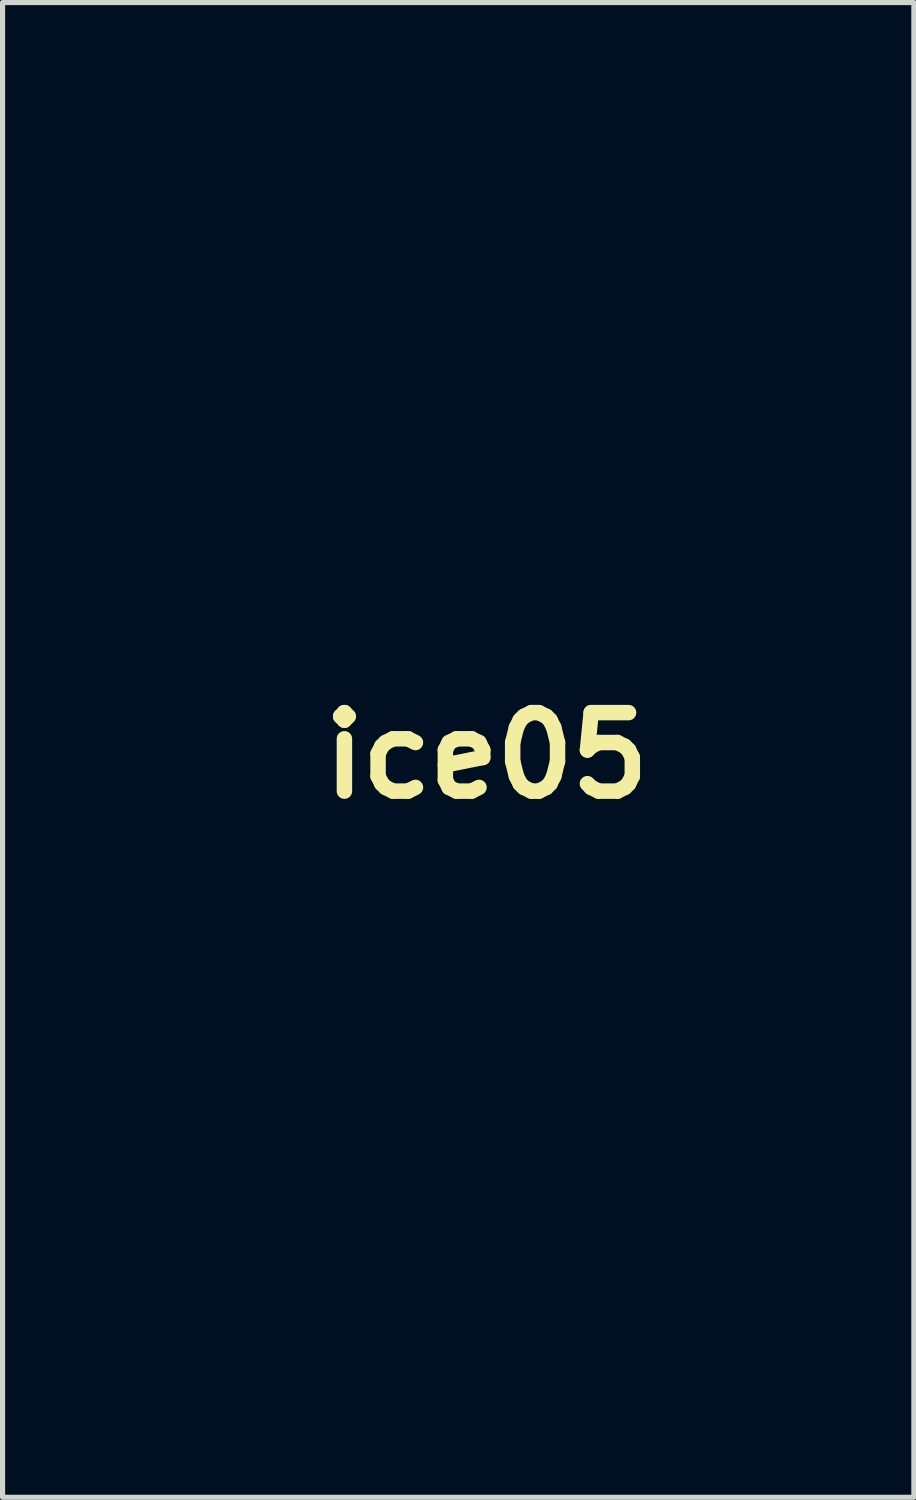
<source format=kicad_pcb>
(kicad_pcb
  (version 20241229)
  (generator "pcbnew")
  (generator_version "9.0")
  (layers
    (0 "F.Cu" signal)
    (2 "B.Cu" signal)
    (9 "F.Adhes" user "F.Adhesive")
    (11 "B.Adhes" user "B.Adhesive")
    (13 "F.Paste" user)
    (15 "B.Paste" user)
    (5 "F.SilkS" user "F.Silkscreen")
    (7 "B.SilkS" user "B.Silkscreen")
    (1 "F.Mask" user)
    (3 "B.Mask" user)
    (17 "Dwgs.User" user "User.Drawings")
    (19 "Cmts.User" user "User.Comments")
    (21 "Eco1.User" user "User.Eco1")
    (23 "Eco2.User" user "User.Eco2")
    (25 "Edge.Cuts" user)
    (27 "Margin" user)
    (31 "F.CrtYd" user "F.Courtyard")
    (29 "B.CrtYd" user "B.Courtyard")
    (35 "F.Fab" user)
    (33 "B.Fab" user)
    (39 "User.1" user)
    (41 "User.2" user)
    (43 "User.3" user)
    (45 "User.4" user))
  (footprint "ice05"
    (layer "F.Cu")
    (at 6.393 11.617)
    (property "Reference" "ice05" (at 0 0 0) (layer "F.SilkS") (effects (font (size 1.524 1.524) (thickness 0.3))))
    (attr through_hole)
    (fp_poly (pts (xy -1.765 11.297) (xy -1.772 11.303) (xy -1.778 11.297) (xy -1.772 11.29) (xy -1.765 11.297)) (stroke (width 0.01) (type solid)) (fill yes) (layer "F.Mask"))
    (fp_poly (pts (xy -1.664 11.386) (xy -1.67 11.392) (xy -1.676 11.386) (xy -1.67 11.379) (xy -1.664 11.386)) (stroke (width 0.01) (type solid)) (fill yes) (layer "F.Mask"))
    (fp_poly (pts (xy 1.003 10.37) (xy 0.997 10.376) (xy 0.991 10.37) (xy 0.997 10.363) (xy 1.003 10.37)) (stroke (width 0.01) (type solid)) (fill yes) (layer "F.Mask"))
    (fp_poly (pts (xy 1.435 7.512) (xy 1.429 7.518) (xy 1.422 7.512) (xy 1.429 7.506) (xy 1.435 7.512)) (stroke (width 0.01) (type solid)) (fill yes) (layer "F.Mask"))
    (fp_poly (pts (xy 2.705 3.981) (xy 2.699 3.988) (xy 2.692 3.981) (xy 2.699 3.975) (xy 2.705 3.981)) (stroke (width 0.01) (type solid)) (fill yes) (layer "F.Mask"))
    (fp_poly (pts (xy 2.718 3.956) (xy 2.711 3.962) (xy 2.705 3.956) (xy 2.711 3.95) (xy 2.718 3.956)) (stroke (width 0.01) (type solid)) (fill yes) (layer "F.Mask"))
    (fp_poly (pts (xy 2.731 3.931) (xy 2.724 3.937) (xy 2.718 3.931) (xy 2.724 3.924) (xy 2.731 3.931)) (stroke (width 0.01) (type solid)) (fill yes) (layer "F.Mask"))
    (fp_poly (pts (xy -1.414 6.684) (xy -1.412 6.7) (xy -1.414 6.701) (xy -1.421 6.7) (xy -1.422 6.693) (xy -1.418 6.682) (xy -1.414 6.684)) (stroke (width 0.01) (type solid)) (fill yes) (layer "F.Mask"))
    (fp_poly (pts (xy -1.704 11.359) (xy -1.69 11.372) (xy -1.693 11.379) (xy -1.695 11.379) (xy -1.705 11.37) (xy -1.709 11.365) (xy -1.711 11.356) (xy -1.704 11.359)) (stroke (width 0.01) (type solid)) (fill yes) (layer "F.Mask"))
    (fp_poly (pts (xy -2.276 9.491) (xy -2.269 9.493) (xy -2.283 9.495) (xy -2.311 9.496) (xy -2.343 9.495) (xy -2.355 9.493) (xy -2.346 9.491) (xy -2.305 9.488) (xy -2.276 9.491)) (stroke (width 0.01) (type solid)) (fill yes) (layer "F.Mask"))
    (fp_poly (pts (xy -2.245 2.243) (xy -2.242 2.264) (xy -2.255 2.287) (xy -2.28 2.308) (xy -2.296 2.307) (xy -2.302 2.296) (xy -2.301 2.27) (xy -2.287 2.246) (xy -2.267 2.235) (xy -2.245 2.243)) (stroke (width 0.01) (type solid)) (fill yes) (layer "F.Mask"))
    (fp_poly (pts (xy -1.212 -5.811) (xy -1.207 -5.794) (xy -1.221 -5.77) (xy -1.23 -5.761) (xy -1.255 -5.743) (xy -1.267 -5.746) (xy -1.268 -5.772) (xy -1.268 -5.775) (xy -1.257 -5.804) (xy -1.235 -5.814) (xy -1.212 -5.811)) (stroke (width 0.01) (type solid)) (fill yes) (layer "F.Mask"))
    (fp_poly (pts (xy 5.257 8.831) (xy 5.268 8.833) (xy 5.291 8.84) (xy 5.29 8.846) (xy 5.277 8.852) (xy 5.23 8.863) (xy 5.196 8.853) (xy 5.19 8.842) (xy 5.202 8.834) (xy 5.227 8.829) (xy 5.257 8.831)) (stroke (width 0.01) (type solid)) (fill yes) (layer "F.Mask"))
    (fp_poly (pts (xy -4.903 -11.152) (xy -4.901 -11.149) (xy -4.891 -11.121) (xy -4.891 -11.091) (xy -4.899 -11.07) (xy -4.901 -11.069) (xy -4.914 -11.073) (xy -4.921 -11.087) (xy -4.925 -11.114) (xy -4.922 -11.138) (xy -4.914 -11.154) (xy -4.903 -11.152)) (stroke (width 0.01) (type solid)) (fill yes) (layer "F.Mask"))
    (fp_poly (pts (xy -2.678 1.153) (xy -2.668 1.179) (xy -2.667 1.2) (xy -2.672 1.249) (xy -2.685 1.277) (xy -2.705 1.283) (xy -2.728 1.267) (xy -2.742 1.237) (xy -2.737 1.199) (xy -2.72 1.168) (xy -2.696 1.148) (xy -2.678 1.153)) (stroke (width 0.01) (type solid)) (fill yes) (layer "F.Mask"))
    (fp_poly (pts (xy 2.121 -7.393) (xy 2.142 -7.375) (xy 2.163 -7.35) (xy 2.176 -7.327) (xy 2.177 -7.314) (xy 2.158 -7.303) (xy 2.134 -7.309) (xy 2.124 -7.318) (xy 2.108 -7.346) (xy 2.101 -7.375) (xy 2.104 -7.395) (xy 2.107 -7.397) (xy 2.121 -7.393)) (stroke (width 0.01) (type solid)) (fill yes) (layer "F.Mask"))
    (fp_poly (pts (xy -4.337 9.967) (xy -4.33 9.992) (xy -4.336 10.026) (xy -4.35 10.056) (xy -4.373 10.08) (xy -4.391 10.081) (xy -4.398 10.075) (xy -4.406 10.053) (xy -4.405 10.02) (xy -4.396 9.987) (xy -4.394 9.981) (xy -4.373 9.961) (xy -4.356 9.957) (xy -4.337 9.967)) (stroke (width 0.01) (type solid)) (fill yes) (layer "F.Mask"))
    (fp_poly (pts (xy 1.864 -7.836) (xy 1.874 -7.83) (xy 1.9 -7.805) (xy 1.903 -7.774) (xy 1.89 -7.743) (xy 1.864 -7.708) (xy 1.837 -7.697) (xy 1.809 -7.711) (xy 1.796 -7.728) (xy 1.782 -7.766) (xy 1.786 -7.8) (xy 1.803 -7.827) (xy 1.831 -7.841) (xy 1.864 -7.836)) (stroke (width 0.01) (type solid)) (fill yes) (layer "F.Mask"))
    (fp_poly (pts (xy 2.484 -5.457) (xy 2.517 -5.45) (xy 2.521 -5.448) (xy 2.524 -5.443) (xy 2.503 -5.439) (xy 2.456 -5.437) (xy 2.445 -5.437) (xy 2.393 -5.438) (xy 2.367 -5.442) (xy 2.366 -5.447) (xy 2.369 -5.448) (xy 2.398 -5.455) (xy 2.437 -5.459) (xy 2.445 -5.459) (xy 2.484 -5.457)) (stroke (width 0.01) (type solid)) (fill yes) (layer "F.Mask"))
    (fp_poly (pts (xy -1.37 10.828) (xy -1.361 10.857) (xy -1.365 10.897) (xy -1.378 10.941) (xy -1.399 10.979) (xy -1.424 11.004) (xy -1.432 11.008) (xy -1.448 11.002) (xy -1.46 10.987) (xy -1.47 10.95) (xy -1.469 10.911) (xy -1.458 10.872) (xy -1.44 10.84) (xy -1.417 10.819) (xy -1.393 10.814) (xy -1.37 10.828)) (stroke (width 0.01) (type solid)) (fill yes) (layer "F.Mask"))
    (fp_poly (pts (xy -0.629 -5.889) (xy -0.61 -5.881) (xy -0.599 -5.867) (xy -0.603 -5.846) (xy -0.607 -5.837) (xy -0.624 -5.813) (xy -0.652 -5.804) (xy -0.665 -5.804) (xy -0.705 -5.811) (xy -0.738 -5.828) (xy -0.758 -5.847) (xy -0.759 -5.861) (xy -0.749 -5.872) (xy -0.717 -5.889) (xy -0.673 -5.895) (xy -0.629 -5.889)) (stroke (width 0.01) (type solid)) (fill yes) (layer "F.Mask"))
    (fp_poly (pts (xy 2.873 -1.209) (xy 2.883 -1.183) (xy 2.884 -1.144) (xy 2.877 -1.1) (xy 2.864 -1.067) (xy 2.84 -1.037) (xy 2.813 -1.029) (xy 2.79 -1.033) (xy 2.782 -1.05) (xy 2.781 -1.067) (xy 2.787 -1.111) (xy 2.801 -1.152) (xy 2.821 -1.187) (xy 2.843 -1.209) (xy 2.864 -1.214) (xy 2.873 -1.209)) (stroke (width 0.01) (type solid)) (fill yes) (layer "F.Mask"))
    (fp_poly (pts (xy 3.25 -5.072) (xy 3.251 -5.069) (xy 3.24 -5.05) (xy 3.212 -5.031) (xy 3.175 -5.017) (xy 3.137 -5.009) (xy 3.107 -5.012) (xy 3.102 -5.014) (xy 3.094 -5.026) (xy 3.107 -5.044) (xy 3.111 -5.048) (xy 3.135 -5.061) (xy 3.169 -5.072) (xy 3.205 -5.078) (xy 3.234 -5.079) (xy 3.25 -5.072)) (stroke (width 0.01) (type solid)) (fill yes) (layer "F.Mask"))
    (fp_poly (pts (xy -5.773 -11.405) (xy -5.761 -11.384) (xy -5.762 -11.372) (xy -5.777 -11.359) (xy -5.809 -11.344) (xy -5.85 -11.33) (xy -5.891 -11.319) (xy -5.922 -11.316) (xy -5.939 -11.317) (xy -5.938 -11.326) (xy -5.925 -11.341) (xy -5.9 -11.362) (xy -5.863 -11.384) (xy -5.846 -11.393) (xy -5.809 -11.409) (xy -5.786 -11.411) (xy -5.773 -11.405)) (stroke (width 0.01) (type solid)) (fill yes) (layer "F.Mask"))
    (fp_poly (pts (xy -2.291 3.078) (xy -2.263 3.108) (xy -2.233 3.148) (xy -2.206 3.19) (xy -2.184 3.226) (xy -2.173 3.25) (xy -2.172 3.254) (xy -2.181 3.264) (xy -2.205 3.258) (xy -2.242 3.237) (xy -2.258 3.226) (xy -2.302 3.189) (xy -2.327 3.153) (xy -2.336 3.113) (xy -2.337 3.1) (xy -2.331 3.07) (xy -2.316 3.062) (xy -2.291 3.078)) (stroke (width 0.01) (type solid)) (fill yes) (layer "F.Mask"))
    (fp_poly (pts (xy 1.61 -9.834) (xy 1.653 -9.73) (xy 1.685 -9.645) (xy 1.704 -9.579) (xy 1.713 -9.528) (xy 1.712 -9.49) (xy 1.7 -9.463) (xy 1.695 -9.456) (xy 1.666 -9.438) (xy 1.635 -9.444) (xy 1.607 -9.466) (xy 1.583 -9.502) (xy 1.566 -9.555) (xy 1.556 -9.629) (xy 1.552 -9.724) (xy 1.552 -9.796) (xy 1.556 -9.958) (xy 1.61 -9.834)) (stroke (width 0.01) (type solid)) (fill yes) (layer "F.Mask"))
    (fp_poly (pts (xy -0.814 -7.447) (xy -0.807 -7.424) (xy -0.812 -7.387) (xy -0.818 -7.367) (xy -0.833 -7.332) (xy -0.856 -7.292) (xy -0.883 -7.251) (xy -0.91 -7.217) (xy -0.932 -7.194) (xy -0.942 -7.188) (xy -0.949 -7.199) (xy -0.947 -7.222) (xy -0.936 -7.253) (xy -0.918 -7.295) (xy -0.896 -7.342) (xy -0.873 -7.387) (xy -0.852 -7.424) (xy -0.836 -7.447) (xy -0.83 -7.452) (xy -0.814 -7.447)) (stroke (width 0.01) (type solid)) (fill yes) (layer "F.Mask"))
    (fp_poly (pts (xy 2.555 -0.554) (xy 2.588 -0.545) (xy 2.607 -0.529) (xy 2.613 -0.502) (xy 2.611 -0.465) (xy 2.61 -0.452) (xy 2.597 -0.392) (xy 2.576 -0.352) (xy 2.543 -0.327) (xy 2.518 -0.318) (xy 2.453 -0.306) (xy 2.401 -0.311) (xy 2.375 -0.321) (xy 2.351 -0.342) (xy 2.322 -0.383) (xy 2.3 -0.423) (xy 2.276 -0.472) (xy 2.265 -0.507) (xy 2.268 -0.53) (xy 2.288 -0.544) (xy 2.327 -0.551) (xy 2.388 -0.555) (xy 2.429 -0.556) (xy 2.503 -0.557) (xy 2.555 -0.554)) (stroke (width 0.01) (type solid)) (fill yes) (layer "F.Mask"))
    (fp_poly (pts (xy 2.879 4.571) (xy 2.891 4.599) (xy 2.903 4.644) (xy 2.913 4.699) (xy 2.922 4.76) (xy 2.928 4.823) (xy 2.93 4.882) (xy 2.928 4.932) (xy 2.927 4.939) (xy 2.915 5.006) (xy 2.897 5.049) (xy 2.873 5.067) (xy 2.845 5.061) (xy 2.82 5.04) (xy 2.787 4.986) (xy 2.772 4.916) (xy 2.773 4.852) (xy 2.78 4.808) (xy 2.793 4.756) (xy 2.808 4.7) (xy 2.826 4.647) (xy 2.843 4.603) (xy 2.858 4.572) (xy 2.867 4.563) (xy 2.879 4.571)) (stroke (width 0.01) (type solid)) (fill yes) (layer "F.Mask"))
    (fp_poly (pts (xy 0.173 -5.707) (xy 0.205 -5.671) (xy 0.234 -5.617) (xy 0.258 -5.547) (xy 0.276 -5.463) (xy 0.277 -5.458) (xy 0.282 -5.397) (xy 0.272 -5.354) (xy 0.245 -5.328) (xy 0.199 -5.314) (xy 0.146 -5.311) (xy 0.106 -5.313) (xy 0.072 -5.32) (xy 0.068 -5.321) (xy 0.039 -5.341) (xy 0.026 -5.358) (xy 0.016 -5.397) (xy 0.014 -5.451) (xy 0.019 -5.515) (xy 0.031 -5.579) (xy 0.048 -5.638) (xy 0.069 -5.682) (xy 0.073 -5.688) (xy 0.105 -5.717) (xy 0.139 -5.723) (xy 0.173 -5.707)) (stroke (width 0.01) (type solid)) (fill yes) (layer "F.Mask"))
    (fp_poly (pts (xy 0.547 -2.655) (xy 0.586 -2.643) (xy 0.609 -2.617) (xy 0.62 -2.573) (xy 0.622 -2.521) (xy 0.612 -2.444) (xy 0.582 -2.381) (xy 0.532 -2.332) (xy 0.46 -2.296) (xy 0.368 -2.274) (xy 0.292 -2.266) (xy 0.241 -2.265) (xy 0.198 -2.267) (xy 0.169 -2.272) (xy 0.168 -2.273) (xy 0.138 -2.299) (xy 0.12 -2.341) (xy 0.115 -2.394) (xy 0.124 -2.45) (xy 0.14 -2.489) (xy 0.181 -2.545) (xy 0.243 -2.591) (xy 0.321 -2.627) (xy 0.411 -2.649) (xy 0.488 -2.657) (xy 0.547 -2.655)) (stroke (width 0.01) (type solid)) (fill yes) (layer "F.Mask"))
    (fp_poly (pts (xy -3.033 9.757) (xy -2.961 9.761) (xy -2.91 9.767) (xy -2.879 9.774) (xy -2.862 9.785) (xy -2.858 9.799) (xy -2.857 9.799) (xy -2.87 9.815) (xy -2.903 9.828) (xy -2.954 9.837) (xy -3.019 9.844) (xy -3.094 9.846) (xy -3.175 9.844) (xy -3.213 9.841) (xy -3.282 9.834) (xy -3.34 9.825) (xy -3.385 9.815) (xy -3.413 9.805) (xy -3.42 9.796) (xy -3.416 9.792) (xy -3.386 9.782) (xy -3.337 9.773) (xy -3.274 9.766) (xy -3.203 9.76) (xy -3.131 9.756) (xy -3.063 9.756) (xy -3.033 9.757)) (stroke (width 0.01) (type solid)) (fill yes) (layer "F.Mask"))
    (fp_poly (pts (xy 0.229 -7.741) (xy 0.236 -7.698) (xy 0.243 -7.636) (xy 0.249 -7.562) (xy 0.256 -7.484) (xy 0.261 -7.406) (xy 0.265 -7.338) (xy 0.267 -7.284) (xy 0.267 -7.276) (xy 0.263 -7.216) (xy 0.251 -7.178) (xy 0.232 -7.163) (xy 0.229 -7.163) (xy 0.214 -7.169) (xy 0.194 -7.182) (xy 0.167 -7.215) (xy 0.149 -7.268) (xy 0.14 -7.336) (xy 0.14 -7.36) (xy 0.143 -7.417) (xy 0.152 -7.49) (xy 0.164 -7.57) (xy 0.179 -7.646) (xy 0.196 -7.712) (xy 0.199 -7.722) (xy 0.22 -7.791) (xy 0.229 -7.741)) (stroke (width 0.01) (type solid)) (fill yes) (layer "F.Mask"))
    (fp_poly (pts (xy -6.091 -11.087) (xy -6.072 -11.068) (xy -6.047 -11.034) (xy -6.042 -11.009) (xy -6.058 -10.985) (xy -6.087 -10.963) (xy -6.113 -10.943) (xy -6.153 -10.911) (xy -6.2 -10.871) (xy -6.242 -10.833) (xy -6.287 -10.794) (xy -6.325 -10.761) (xy -6.352 -10.739) (xy -6.365 -10.732) (xy -6.374 -10.742) (xy -6.375 -10.755) (xy -6.369 -10.775) (xy -6.352 -10.811) (xy -6.326 -10.858) (xy -6.296 -10.911) (xy -6.263 -10.965) (xy -6.232 -11.015) (xy -6.204 -11.056) (xy -6.184 -11.082) (xy -6.183 -11.083) (xy -6.152 -11.107) (xy -6.123 -11.109) (xy -6.091 -11.087)) (stroke (width 0.01) (type solid)) (fill yes) (layer "F.Mask"))
    (fp_poly (pts (xy -5.2 -11.611) (xy -5.164 -11.608) (xy -5.146 -11.603) (xy -5.134 -11.582) (xy -5.13 -11.545) (xy -5.133 -11.499) (xy -5.141 -11.45) (xy -5.154 -11.407) (xy -5.17 -11.376) (xy -5.182 -11.367) (xy -5.204 -11.356) (xy -5.238 -11.339) (xy -5.254 -11.331) (xy -5.306 -11.31) (xy -5.359 -11.305) (xy -5.42 -11.315) (xy -5.461 -11.327) (xy -5.507 -11.344) (xy -5.565 -11.369) (xy -5.621 -11.395) (xy -5.626 -11.398) (xy -5.721 -11.446) (xy -5.623 -11.495) (xy -5.505 -11.549) (xy -5.395 -11.586) (xy -5.297 -11.607) (xy -5.245 -11.612) (xy -5.2 -11.611)) (stroke (width 0.01) (type solid)) (fill yes) (layer "F.Mask"))
    (fp_poly (pts (xy 1.387 -5.457) (xy 1.419 -5.443) (xy 1.464 -5.417) (xy 1.517 -5.383) (xy 1.573 -5.344) (xy 1.624 -5.304) (xy 1.666 -5.267) (xy 1.667 -5.266) (xy 1.705 -5.224) (xy 1.724 -5.192) (xy 1.72 -5.166) (xy 1.695 -5.147) (xy 1.646 -5.131) (xy 1.581 -5.118) (xy 1.511 -5.108) (xy 1.459 -5.107) (xy 1.42 -5.113) (xy 1.398 -5.121) (xy 1.379 -5.137) (xy 1.363 -5.164) (xy 1.349 -5.209) (xy 1.344 -5.226) (xy 1.325 -5.314) (xy 1.318 -5.38) (xy 1.322 -5.426) (xy 1.338 -5.452) (xy 1.367 -5.46) (xy 1.387 -5.457)) (stroke (width 0.01) (type solid)) (fill yes) (layer "F.Mask"))
    (fp_poly (pts (xy -4.19 -6.53) (xy -4.188 -6.491) (xy -4.189 -6.436) (xy -4.191 -6.368) (xy -4.196 -6.292) (xy -4.203 -6.212) (xy -4.211 -6.132) (xy -4.22 -6.058) (xy -4.224 -6.029) (xy -4.238 -5.979) (xy -4.263 -5.952) (xy -4.3 -5.947) (xy -4.35 -5.963) (xy -4.355 -5.965) (xy -4.401 -6.001) (xy -4.433 -6.05) (xy -4.445 -6.104) (xy -4.445 -6.105) (xy -4.438 -6.151) (xy -4.42 -6.212) (xy -4.393 -6.282) (xy -4.358 -6.353) (xy -4.334 -6.397) (xy -4.299 -6.45) (xy -4.265 -6.495) (xy -4.234 -6.529) (xy -4.209 -6.548) (xy -4.194 -6.548) (xy -4.19 -6.53)) (stroke (width 0.01) (type solid)) (fill yes) (layer "F.Mask"))
    (fp_poly (pts (xy -2.414 -3.349) (xy -2.337 -3.335) (xy -2.33 -3.333) (xy -2.25 -3.304) (xy -2.185 -3.263) (xy -2.139 -3.213) (xy -2.132 -3.201) (xy -2.116 -3.157) (xy -2.109 -3.106) (xy -2.111 -3.057) (xy -2.122 -3.021) (xy -2.124 -3.018) (xy -2.134 -3.008) (xy -2.147 -3.006) (xy -2.168 -3.012) (xy -2.204 -3.029) (xy -2.232 -3.043) (xy -2.282 -3.071) (xy -2.343 -3.108) (xy -2.407 -3.148) (xy -2.447 -3.174) (xy -2.503 -3.212) (xy -2.539 -3.24) (xy -2.561 -3.261) (xy -2.57 -3.278) (xy -2.572 -3.289) (xy -2.561 -3.32) (xy -2.529 -3.341) (xy -2.479 -3.351) (xy -2.414 -3.349)) (stroke (width 0.01) (type solid)) (fill yes) (layer "F.Mask"))
    (fp_poly (pts (xy -3.381 -7.33) (xy -3.355 -7.296) (xy -3.341 -7.243) (xy -3.34 -7.216) (xy -3.348 -7.147) (xy -3.372 -7.086) (xy -3.416 -7.027) (xy -3.447 -6.989) (xy -3.483 -6.937) (xy -3.52 -6.882) (xy -3.533 -6.861) (xy -3.575 -6.799) (xy -3.614 -6.748) (xy -3.649 -6.712) (xy -3.676 -6.694) (xy -3.683 -6.693) (xy -3.698 -6.702) (xy -3.714 -6.721) (xy -3.728 -6.759) (xy -3.733 -6.815) (xy -3.73 -6.883) (xy -3.718 -6.958) (xy -3.7 -7.034) (xy -3.676 -7.106) (xy -3.65 -7.163) (xy -3.605 -7.232) (xy -3.557 -7.286) (xy -3.507 -7.323) (xy -3.46 -7.343) (xy -3.417 -7.345) (xy -3.381 -7.33)) (stroke (width 0.01) (type solid)) (fill yes) (layer "F.Mask"))
    (fp_poly (pts (xy 0.538 -5.767) (xy 0.566 -5.737) (xy 0.592 -5.694) (xy 0.613 -5.643) (xy 0.617 -5.632) (xy 0.627 -5.585) (xy 0.635 -5.527) (xy 0.639 -5.464) (xy 0.64 -5.404) (xy 0.639 -5.351) (xy 0.633 -5.312) (xy 0.626 -5.294) (xy 0.603 -5.284) (xy 0.565 -5.277) (xy 0.52 -5.274) (xy 0.478 -5.275) (xy 0.447 -5.28) (xy 0.443 -5.283) (xy 0.423 -5.305) (xy 0.402 -5.345) (xy 0.382 -5.396) (xy 0.366 -5.449) (xy 0.359 -5.487) (xy 0.36 -5.556) (xy 0.375 -5.609) (xy 0.394 -5.647) (xy 0.421 -5.689) (xy 0.452 -5.728) (xy 0.482 -5.759) (xy 0.506 -5.777) (xy 0.514 -5.779) (xy 0.538 -5.767)) (stroke (width 0.01) (type solid)) (fill yes) (layer "F.Mask"))
    (fp_poly (pts (xy -1.491 -5.69) (xy -1.445 -5.683) (xy -1.411 -5.667) (xy -1.386 -5.641) (xy -1.369 -5.6) (xy -1.358 -5.543) (xy -1.352 -5.466) (xy -1.349 -5.367) (xy -1.348 -5.363) (xy -1.343 -5.144) (xy -1.379 -5.13) (xy -1.426 -5.116) (xy -1.487 -5.102) (xy -1.551 -5.09) (xy -1.608 -5.082) (xy -1.641 -5.08) (xy -1.676 -5.083) (xy -1.703 -5.096) (xy -1.734 -5.123) (xy -1.741 -5.13) (xy -1.784 -5.19) (xy -1.819 -5.267) (xy -1.843 -5.352) (xy -1.854 -5.437) (xy -1.849 -5.515) (xy -1.849 -5.515) (xy -1.827 -5.568) (xy -1.784 -5.615) (xy -1.725 -5.652) (xy -1.653 -5.679) (xy -1.573 -5.691) (xy -1.55 -5.692) (xy -1.491 -5.69)) (stroke (width 0.01) (type solid)) (fill yes) (layer "F.Mask"))
    (fp_poly (pts (xy 3.178 -3.023) (xy 3.261 -2.986) (xy 3.341 -2.93) (xy 3.415 -2.86) (xy 3.477 -2.778) (xy 3.526 -2.688) (xy 3.557 -2.595) (xy 3.565 -2.514) (xy 3.552 -2.444) (xy 3.517 -2.383) (xy 3.508 -2.373) (xy 3.445 -2.317) (xy 3.376 -2.284) (xy 3.298 -2.275) (xy 3.229 -2.282) (xy 3.2 -2.295) (xy 3.187 -2.32) (xy 3.186 -2.362) (xy 3.195 -2.407) (xy 3.211 -2.495) (xy 3.212 -2.566) (xy 3.197 -2.627) (xy 3.165 -2.682) (xy 3.114 -2.736) (xy 3.11 -2.74) (xy 3.055 -2.803) (xy 3.021 -2.874) (xy 3.01 -2.941) (xy 3.016 -2.993) (xy 3.036 -3.025) (xy 3.072 -3.038) (xy 3.094 -3.039) (xy 3.178 -3.023)) (stroke (width 0.01) (type solid)) (fill yes) (layer "F.Mask"))
    (fp_poly (pts (xy -2.017 -5.461) (xy -1.992 -5.426) (xy -1.969 -5.371) (xy -1.951 -5.298) (xy -1.938 -5.21) (xy -1.936 -5.192) (xy -1.932 -5.133) (xy -1.938 -5.091) (xy -1.956 -5.064) (xy -1.991 -5.046) (xy -2.046 -5.034) (xy -2.076 -5.029) (xy -2.132 -5.019) (xy -2.185 -5.006) (xy -2.225 -4.993) (xy -2.231 -4.99) (xy -2.273 -4.971) (xy -2.299 -4.967) (xy -2.316 -4.978) (xy -2.323 -4.989) (xy -2.337 -5.031) (xy -2.344 -5.087) (xy -2.344 -5.145) (xy -2.337 -5.193) (xy -2.317 -5.239) (xy -2.284 -5.288) (xy -2.27 -5.304) (xy -2.23 -5.344) (xy -2.184 -5.385) (xy -2.136 -5.421) (xy -2.093 -5.451) (xy -2.059 -5.47) (xy -2.044 -5.474) (xy -2.017 -5.461)) (stroke (width 0.01) (type solid)) (fill yes) (layer "F.Mask"))
    (fp_poly (pts (xy 1.163 -2.865) (xy 1.186 -2.854) (xy 1.202 -2.833) (xy 1.205 -2.826) (xy 1.215 -2.794) (xy 1.222 -2.744) (xy 1.227 -2.685) (xy 1.23 -2.624) (xy 1.229 -2.569) (xy 1.225 -2.528) (xy 1.222 -2.514) (xy 1.199 -2.484) (xy 1.154 -2.453) (xy 1.093 -2.423) (xy 1.019 -2.397) (xy 0.983 -2.387) (xy 0.912 -2.371) (xy 0.861 -2.364) (xy 0.825 -2.366) (xy 0.801 -2.376) (xy 0.796 -2.381) (xy 0.777 -2.414) (xy 0.763 -2.464) (xy 0.754 -2.527) (xy 0.752 -2.593) (xy 0.756 -2.658) (xy 0.766 -2.711) (xy 0.784 -2.745) (xy 0.814 -2.775) (xy 0.862 -2.8) (xy 0.928 -2.824) (xy 1.011 -2.845) (xy 1.08 -2.86) (xy 1.129 -2.867) (xy 1.163 -2.865)) (stroke (width 0.01) (type solid)) (fill yes) (layer "F.Mask"))
    (fp_poly (pts (xy 1.769 -3.042) (xy 1.775 -3.02) (xy 1.777 -2.981) (xy 1.778 -2.923) (xy 1.776 -2.854) (xy 1.77 -2.802) (xy 1.754 -2.762) (xy 1.727 -2.728) (xy 1.685 -2.697) (xy 1.624 -2.663) (xy 1.587 -2.644) (xy 1.529 -2.617) (xy 1.475 -2.593) (xy 1.431 -2.577) (xy 1.406 -2.57) (xy 1.376 -2.567) (xy 1.358 -2.574) (xy 1.345 -2.597) (xy 1.338 -2.611) (xy 1.325 -2.665) (xy 1.323 -2.729) (xy 1.331 -2.797) (xy 1.348 -2.862) (xy 1.372 -2.919) (xy 1.401 -2.962) (xy 1.423 -2.978) (xy 1.447 -2.987) (xy 1.489 -2.998) (xy 1.543 -3.01) (xy 1.603 -3.022) (xy 1.662 -3.034) (xy 1.713 -3.043) (xy 1.751 -3.047) (xy 1.761 -3.048) (xy 1.769 -3.042)) (stroke (width 0.01) (type solid)) (fill yes) (layer "F.Mask"))
    (fp_poly (pts (xy -0.305 -5.773) (xy -0.268 -5.767) (xy -0.237 -5.757) (xy -0.212 -5.74) (xy -0.189 -5.713) (xy -0.169 -5.673) (xy -0.148 -5.618) (xy -0.127 -5.545) (xy -0.102 -5.452) (xy -0.089 -5.4) (xy -0.068 -5.311) (xy -0.054 -5.242) (xy -0.048 -5.191) (xy -0.05 -5.153) (xy -0.058 -5.125) (xy -0.074 -5.103) (xy -0.08 -5.098) (xy -0.123 -5.072) (xy -0.181 -5.051) (xy -0.248 -5.036) (xy -0.316 -5.029) (xy -0.379 -5.029) (xy -0.43 -5.038) (xy -0.454 -5.049) (xy -0.478 -5.078) (xy -0.499 -5.128) (xy -0.516 -5.193) (xy -0.529 -5.269) (xy -0.539 -5.352) (xy -0.543 -5.435) (xy -0.543 -5.515) (xy -0.536 -5.586) (xy -0.524 -5.644) (xy -0.513 -5.671) (xy -0.473 -5.724) (xy -0.416 -5.759) (xy -0.348 -5.774) (xy -0.305 -5.773)) (stroke (width 0.01) (type solid)) (fill yes) (layer "F.Mask"))
    (fp_poly (pts (xy -0.823 -5.694) (xy -0.772 -5.673) (xy -0.734 -5.644) (xy -0.721 -5.619) (xy -0.708 -5.578) (xy -0.699 -5.537) (xy -0.693 -5.488) (xy -0.687 -5.426) (xy -0.683 -5.356) (xy -0.68 -5.282) (xy -0.678 -5.209) (xy -0.677 -5.143) (xy -0.678 -5.088) (xy -0.68 -5.048) (xy -0.684 -5.029) (xy -0.702 -5.021) (xy -0.74 -5.014) (xy -0.792 -5.009) (xy -0.852 -5.005) (xy -0.915 -5.004) (xy -0.976 -5.005) (xy -1.028 -5.007) (xy -1.065 -5.013) (xy -1.082 -5.019) (xy -1.094 -5.04) (xy -1.106 -5.081) (xy -1.118 -5.139) (xy -1.129 -5.208) (xy -1.138 -5.284) (xy -1.144 -5.361) (xy -1.148 -5.437) (xy -1.148 -5.447) (xy -1.149 -5.565) (xy -1.096 -5.613) (xy -1.042 -5.651) (xy -0.976 -5.681) (xy -0.91 -5.699) (xy -0.874 -5.702) (xy -0.823 -5.694)) (stroke (width 0.01) (type solid)) (fill yes) (layer "F.Mask"))
    (fp_poly (pts (xy 3.512 8.334) (xy 3.582 8.337) (xy 3.633 8.342) (xy 3.67 8.349) (xy 3.701 8.359) (xy 3.718 8.367) (xy 3.757 8.393) (xy 3.771 8.418) (xy 3.76 8.439) (xy 3.724 8.457) (xy 3.696 8.465) (xy 3.665 8.473) (xy 3.618 8.488) (xy 3.562 8.508) (xy 3.521 8.523) (xy 3.356 8.573) (xy 3.251 8.592) (xy 3.176 8.605) (xy 3.094 8.622) (xy 3.017 8.642) (xy 2.988 8.651) (xy 2.911 8.672) (xy 2.833 8.688) (xy 2.766 8.696) (xy 2.715 8.699) (xy 2.685 8.698) (xy 2.668 8.693) (xy 2.66 8.682) (xy 2.659 8.68) (xy 2.663 8.656) (xy 2.689 8.624) (xy 2.734 8.585) (xy 2.798 8.541) (xy 2.844 8.512) (xy 2.989 8.435) (xy 3.132 8.38) (xy 3.277 8.347) (xy 3.429 8.334) (xy 3.512 8.334)) (stroke (width 0.01) (type solid)) (fill yes) (layer "F.Mask"))
    (fp_poly (pts (xy 3.784 -5.016) (xy 3.807 -4.996) (xy 3.827 -4.961) (xy 3.843 -4.909) (xy 3.855 -4.839) (xy 3.865 -4.75) (xy 3.871 -4.639) (xy 3.875 -4.507) (xy 3.877 -4.351) (xy 3.877 -4.312) (xy 3.876 -4.168) (xy 3.874 -4.05) (xy 3.869 -3.956) (xy 3.862 -3.886) (xy 3.854 -3.838) (xy 3.843 -3.814) (xy 3.835 -3.81) (xy 3.827 -3.821) (xy 3.82 -3.85) (xy 3.818 -3.864) (xy 3.815 -3.894) (xy 3.812 -3.944) (xy 3.81 -4.009) (xy 3.807 -4.084) (xy 3.805 -4.159) (xy 3.799 -4.299) (xy 3.79 -4.42) (xy 3.777 -4.529) (xy 3.758 -4.631) (xy 3.733 -4.733) (xy 3.722 -4.775) (xy 3.705 -4.835) (xy 3.693 -4.891) (xy 3.685 -4.935) (xy 3.683 -4.955) (xy 3.686 -4.987) (xy 3.7 -5.005) (xy 3.723 -5.015) (xy 3.756 -5.022) (xy 3.784 -5.016)) (stroke (width 0.01) (type solid)) (fill yes) (layer "F.Mask"))
    (fp_poly (pts (xy 0.8 -5.729) (xy 0.833 -5.719) (xy 0.88 -5.703) (xy 0.936 -5.682) (xy 0.945 -5.679) (xy 1.007 -5.655) (xy 1.055 -5.635) (xy 1.09 -5.616) (xy 1.113 -5.594) (xy 1.126 -5.566) (xy 1.129 -5.529) (xy 1.124 -5.478) (xy 1.111 -5.412) (xy 1.093 -5.326) (xy 1.079 -5.264) (xy 1.048 -5.122) (xy 1.021 -5.003) (xy 0.998 -4.906) (xy 0.979 -4.829) (xy 0.963 -4.77) (xy 0.951 -4.728) (xy 0.94 -4.702) (xy 0.932 -4.688) (xy 0.927 -4.686) (xy 0.92 -4.698) (xy 0.906 -4.729) (xy 0.889 -4.775) (xy 0.869 -4.832) (xy 0.866 -4.842) (xy 0.819 -4.992) (xy 0.783 -5.122) (xy 0.757 -5.236) (xy 0.74 -5.335) (xy 0.732 -5.425) (xy 0.731 -5.461) (xy 0.732 -5.534) (xy 0.737 -5.588) (xy 0.746 -5.632) (xy 0.755 -5.658) (xy 0.77 -5.695) (xy 0.782 -5.722) (xy 0.786 -5.73) (xy 0.8 -5.729)) (stroke (width 0.01) (type solid)) (fill yes) (layer "F.Mask"))
    (fp_poly (pts (xy 2.379 -1.92) (xy 2.424 -1.893) (xy 2.469 -1.855) (xy 2.506 -1.812) (xy 2.53 -1.77) (xy 2.534 -1.756) (xy 2.542 -1.73) (xy 2.56 -1.688) (xy 2.583 -1.637) (xy 2.6 -1.604) (xy 2.659 -1.488) (xy 2.613 -1.437) (xy 2.585 -1.4) (xy 2.562 -1.356) (xy 2.542 -1.3) (xy 2.524 -1.227) (xy 2.508 -1.137) (xy 2.492 -1.064) (xy 2.473 -0.999) (xy 2.451 -0.948) (xy 2.429 -0.915) (xy 2.412 -0.904) (xy 2.389 -0.91) (xy 2.371 -0.924) (xy 2.359 -0.942) (xy 2.349 -0.969) (xy 2.34 -1.007) (xy 2.332 -1.059) (xy 2.324 -1.128) (xy 2.316 -1.216) (xy 2.308 -1.326) (xy 2.305 -1.37) (xy 2.297 -1.504) (xy 2.29 -1.615) (xy 2.286 -1.705) (xy 2.284 -1.776) (xy 2.285 -1.831) (xy 2.288 -1.871) (xy 2.293 -1.899) (xy 2.302 -1.916) (xy 2.314 -1.926) (xy 2.329 -1.93) (xy 2.339 -1.93) (xy 2.379 -1.92)) (stroke (width 0.01) (type solid)) (fill yes) (layer "F.Mask"))
    (fp_poly (pts (xy -3.096 -3.501) (xy -3.022 -3.498) (xy -2.943 -3.494) (xy -2.864 -3.488) (xy -2.79 -3.482) (xy -2.725 -3.475) (xy -2.673 -3.468) (xy -2.638 -3.462) (xy -2.626 -3.457) (xy -2.63 -3.445) (xy -2.657 -3.429) (xy -2.707 -3.407) (xy -2.779 -3.381) (xy -2.871 -3.351) (xy -2.983 -3.317) (xy -3.014 -3.308) (xy -3.139 -3.27) (xy -3.243 -3.235) (xy -3.332 -3.199) (xy -3.41 -3.161) (xy -3.482 -3.119) (xy -3.554 -3.07) (xy -3.573 -3.056) (xy -3.63 -3.014) (xy -3.671 -2.988) (xy -3.699 -2.975) (xy -3.717 -2.976) (xy -3.728 -2.987) (xy -3.73 -2.992) (xy -3.734 -3.024) (xy -3.732 -3.071) (xy -3.725 -3.126) (xy -3.714 -3.18) (xy -3.7 -3.225) (xy -3.699 -3.229) (xy -3.653 -3.302) (xy -3.582 -3.369) (xy -3.487 -3.43) (xy -3.459 -3.444) (xy -3.409 -3.468) (xy -3.37 -3.484) (xy -3.334 -3.493) (xy -3.291 -3.498) (xy -3.234 -3.502) (xy -3.216 -3.502) (xy -3.163 -3.503) (xy -3.096 -3.501)) (stroke (width 0.01) (type solid)) (fill yes) (layer "F.Mask"))
    (fp_poly (pts (xy -1.886 -3.208) (xy -1.837 -3.185) (xy -1.783 -3.15) (xy -1.728 -3.108) (xy -1.682 -3.065) (xy -1.646 -3.029) (xy -1.617 -3.002) (xy -1.599 -2.986) (xy -1.596 -2.985) (xy -1.589 -2.995) (xy -1.587 -3.013) (xy -1.578 -3.049) (xy -1.553 -3.092) (xy -1.519 -3.132) (xy -1.483 -3.16) (xy -1.431 -3.187) (xy -1.389 -3.196) (xy -1.351 -3.19) (xy -1.346 -3.188) (xy -1.315 -3.167) (xy -1.295 -3.135) (xy -1.286 -3.09) (xy -1.288 -3.028) (xy -1.302 -2.949) (xy -1.327 -2.851) (xy -1.346 -2.786) (xy -1.376 -2.686) (xy -1.401 -2.61) (xy -1.421 -2.554) (xy -1.437 -2.517) (xy -1.449 -2.497) (xy -1.454 -2.493) (xy -1.47 -2.498) (xy -1.502 -2.513) (xy -1.546 -2.538) (xy -1.592 -2.565) (xy -1.698 -2.632) (xy -1.793 -2.695) (xy -1.873 -2.754) (xy -1.937 -2.806) (xy -1.982 -2.85) (xy -2.006 -2.881) (xy -2.02 -2.928) (xy -2.024 -2.988) (xy -2.018 -3.054) (xy -2.003 -3.118) (xy -1.981 -3.173) (xy -1.953 -3.211) (xy -1.951 -3.212) (xy -1.926 -3.217) (xy -1.886 -3.208)) (stroke (width 0.01) (type solid)) (fill yes) (layer "F.Mask"))
    (fp_poly (pts (xy 1.16 -2.257) (xy 1.149 -2.226) (xy 1.13 -2.183) (xy 1.113 -2.145) (xy 1.051 -1.987) (xy 1.008 -1.817) (xy 0.985 -1.64) (xy 0.981 -1.464) (xy 0.997 -1.302) (xy 1.012 -1.198) (xy 1.021 -1.102) (xy 1.025 -1.017) (xy 1.023 -0.949) (xy 1.015 -0.9) (xy 1.014 -0.896) (xy 0.996 -0.857) (xy 0.975 -0.842) (xy 0.956 -0.85) (xy 0.941 -0.878) (xy 0.935 -0.905) (xy 0.929 -0.952) (xy 0.922 -1.013) (xy 0.916 -1.082) (xy 0.914 -1.111) (xy 0.905 -1.244) (xy 0.897 -1.354) (xy 0.89 -1.445) (xy 0.884 -1.518) (xy 0.879 -1.576) (xy 0.873 -1.622) (xy 0.868 -1.659) (xy 0.862 -1.689) (xy 0.855 -1.715) (xy 0.851 -1.731) (xy 0.82 -1.809) (xy 0.779 -1.874) (xy 0.723 -1.931) (xy 0.649 -1.984) (xy 0.578 -2.023) (xy 0.537 -2.045) (xy 0.503 -2.065) (xy 0.489 -2.075) (xy 0.474 -2.088) (xy 0.476 -2.097) (xy 0.498 -2.108) (xy 0.508 -2.112) (xy 0.535 -2.121) (xy 0.581 -2.133) (xy 0.643 -2.147) (xy 0.715 -2.163) (xy 0.787 -2.178) (xy 0.867 -2.195) (xy 0.943 -2.212) (xy 1.009 -2.228) (xy 1.061 -2.241) (xy 1.09 -2.251) (xy 1.127 -2.263) (xy 1.154 -2.27) (xy 1.163 -2.27) (xy 1.16 -2.257)) (stroke (width 0.01) (type solid)) (fill yes) (layer "F.Mask"))
    (fp_poly (pts (xy 3.445 -1.114) (xy 3.505 -1.098) (xy 3.565 -1.07) (xy 3.614 -1.035) (xy 3.635 -1.012) (xy 3.647 -0.993) (xy 3.655 -0.972) (xy 3.66 -0.944) (xy 3.663 -0.905) (xy 3.664 -0.847) (xy 3.664 -0.813) (xy 3.663 -0.758) (xy 3.662 -0.682) (xy 3.659 -0.592) (xy 3.656 -0.491) (xy 3.652 -0.386) (xy 3.648 -0.28) (xy 3.648 -0.273) (xy 3.64 -0.104) (xy 3.634 0.041) (xy 3.628 0.165) (xy 3.622 0.27) (xy 3.616 0.357) (xy 3.61 0.43) (xy 3.603 0.489) (xy 3.596 0.537) (xy 3.588 0.575) (xy 3.578 0.607) (xy 3.568 0.634) (xy 3.555 0.657) (xy 3.541 0.68) (xy 3.535 0.688) (xy 3.495 0.736) (xy 3.448 0.773) (xy 3.403 0.796) (xy 3.377 0.8) (xy 3.345 0.791) (xy 3.316 0.77) (xy 3.285 0.72) (xy 3.262 0.649) (xy 3.247 0.56) (xy 3.241 0.456) (xy 3.244 0.339) (xy 3.254 0.212) (xy 3.273 0.077) (xy 3.3 -0.061) (xy 3.335 -0.201) (xy 3.347 -0.241) (xy 3.361 -0.321) (xy 3.361 -0.412) (xy 3.351 -0.509) (xy 3.329 -0.603) (xy 3.298 -0.687) (xy 3.264 -0.747) (xy 3.238 -0.787) (xy 3.228 -0.816) (xy 3.236 -0.842) (xy 3.26 -0.872) (xy 3.262 -0.874) (xy 3.286 -0.907) (xy 3.31 -0.953) (xy 3.327 -0.993) (xy 3.35 -1.052) (xy 3.371 -1.089) (xy 3.394 -1.109) (xy 3.422 -1.115) (xy 3.445 -1.114)) (stroke (width 0.01) (type solid)) (fill yes) (layer "F.Mask"))
    (fp_poly (pts (xy 4.767 -3.979) (xy 4.803 -3.97) (xy 4.806 -3.97) (xy 4.865 -3.947) (xy 4.933 -3.912) (xy 4.998 -3.872) (xy 5.051 -3.832) (xy 5.059 -3.825) (xy 5.096 -3.782) (xy 5.125 -3.731) (xy 5.141 -3.683) (xy 5.144 -3.664) (xy 5.138 -3.632) (xy 5.123 -3.592) (xy 5.118 -3.581) (xy 5.1 -3.528) (xy 5.093 -3.471) (xy 5.095 -3.432) (xy 5.102 -3.377) (xy 5.111 -3.315) (xy 5.118 -3.277) (xy 5.129 -3.208) (xy 5.138 -3.137) (xy 5.143 -3.073) (xy 5.143 -3.048) (xy 5.142 -3.001) (xy 5.137 -2.961) (xy 5.126 -2.918) (xy 5.108 -2.866) (xy 5.089 -2.818) (xy 5.044 -2.714) (xy 5.001 -2.629) (xy 4.955 -2.557) (xy 4.904 -2.494) (xy 4.87 -2.458) (xy 4.779 -2.382) (xy 4.67 -2.321) (xy 4.549 -2.277) (xy 4.512 -2.268) (xy 4.436 -2.255) (xy 4.363 -2.249) (xy 4.3 -2.25) (xy 4.252 -2.258) (xy 4.232 -2.268) (xy 4.21 -2.292) (xy 4.204 -2.324) (xy 4.215 -2.365) (xy 4.243 -2.417) (xy 4.288 -2.482) (xy 4.353 -2.561) (xy 4.376 -2.588) (xy 4.438 -2.66) (xy 4.484 -2.719) (xy 4.518 -2.771) (xy 4.542 -2.82) (xy 4.56 -2.872) (xy 4.567 -2.897) (xy 4.576 -2.938) (xy 4.58 -2.977) (xy 4.58 -3.018) (xy 4.573 -3.066) (xy 4.56 -3.123) (xy 4.54 -3.195) (xy 4.512 -3.284) (xy 4.494 -3.34) (xy 4.466 -3.427) (xy 4.445 -3.495) (xy 4.43 -3.549) (xy 4.421 -3.596) (xy 4.414 -3.64) (xy 4.411 -3.686) (xy 4.41 -3.699) (xy 4.407 -3.757) (xy 4.407 -3.795) (xy 4.411 -3.82) (xy 4.419 -3.838) (xy 4.432 -3.854) (xy 4.433 -3.856) (xy 4.473 -3.887) (xy 4.532 -3.917) (xy 4.615 -3.949) (xy 4.658 -3.963) (xy 4.705 -3.976) (xy 4.738 -3.981) (xy 4.767 -3.979)) (stroke (width 0.01) (type solid)) (fill yes) (layer "F.Mask"))
    (fp_poly (pts (xy -0.36 -1.227) (xy -0.346 -1.215) (xy -0.336 -1.202) (xy -0.331 -1.184) (xy -0.333 -1.156) (xy -0.339 -1.11) (xy -0.341 -1.098) (xy -0.353 -1.038) (xy -0.368 -0.976) (xy -0.382 -0.929) (xy -0.405 -0.852) (xy -0.429 -0.752) (xy -0.451 -0.635) (xy -0.473 -0.504) (xy -0.493 -0.362) (xy -0.51 -0.214) (xy -0.525 -0.064) (xy -0.535 0.057) (xy -0.541 0.168) (xy -0.543 0.264) (xy -0.541 0.356) (xy -0.535 0.449) (xy -0.518 0.682) (xy -0.507 0.903) (xy -0.5 1.11) (xy -0.499 1.301) (xy -0.502 1.475) (xy -0.511 1.628) (xy -0.525 1.759) (xy -0.527 1.772) (xy -0.54 1.857) (xy -0.553 1.922) (xy -0.568 1.973) (xy -0.585 2.016) (xy -0.604 2.052) (xy -0.645 2.108) (xy -0.692 2.138) (xy -0.745 2.144) (xy -0.805 2.126) (xy -0.819 2.119) (xy -0.883 2.081) (xy -0.941 2.04) (xy -0.986 1.999) (xy -1.013 1.964) (xy -1.02 1.949) (xy -1.025 1.929) (xy -1.029 1.902) (xy -1.032 1.864) (xy -1.033 1.811) (xy -1.034 1.742) (xy -1.034 1.651) (xy -1.034 1.607) (xy -1.03 1.422) (xy -1.02 1.225) (xy -1.005 1.023) (xy -0.984 0.821) (xy -0.96 0.625) (xy -0.931 0.441) (xy -0.9 0.276) (xy -0.893 0.244) (xy -0.879 0.18) (xy -0.87 0.131) (xy -0.865 0.09) (xy -0.864 0.047) (xy -0.867 -0.004) (xy -0.872 -0.071) (xy -0.873 -0.086) (xy -0.891 -0.249) (xy -0.917 -0.393) (xy -0.951 -0.517) (xy -0.985 -0.608) (xy -1.01 -0.664) (xy -1.024 -0.701) (xy -1.026 -0.723) (xy -1.017 -0.733) (xy -0.996 -0.736) (xy -0.988 -0.737) (xy -0.954 -0.74) (xy -0.918 -0.751) (xy -0.878 -0.772) (xy -0.833 -0.805) (xy -0.778 -0.852) (xy -0.712 -0.914) (xy -0.632 -0.992) (xy -0.572 -1.052) (xy -0.517 -1.106) (xy -0.468 -1.153) (xy -0.43 -1.189) (xy -0.405 -1.21) (xy -0.4 -1.214) (xy -0.375 -1.228) (xy -0.36 -1.227)) (stroke (width 0.01) (type solid)) (fill yes) (layer "F.Mask"))
    (fp_poly (pts (xy -3.264 -6.442) (xy -3.238 -6.414) (xy -3.228 -6.368) (xy -3.236 -6.304) (xy -3.259 -6.229) (xy -3.291 -6.136) (xy -3.311 -6.06) (xy -3.319 -5.993) (xy -3.315 -5.932) (xy -3.299 -5.869) (xy -3.272 -5.798) (xy -3.268 -5.788) (xy -3.223 -5.71) (xy -3.167 -5.653) (xy -3.099 -5.617) (xy -3.019 -5.602) (xy -2.926 -5.609) (xy -2.82 -5.636) (xy -2.699 -5.683) (xy -2.684 -5.69) (xy -2.623 -5.718) (xy -2.549 -5.75) (xy -2.474 -5.782) (xy -2.432 -5.8) (xy -2.378 -5.822) (xy -2.325 -5.846) (xy -2.269 -5.872) (xy -2.208 -5.903) (xy -2.137 -5.94) (xy -2.053 -5.985) (xy -1.953 -6.04) (xy -1.867 -6.088) (xy -1.729 -6.162) (xy -1.608 -6.224) (xy -1.5 -6.274) (xy -1.402 -6.315) (xy -1.309 -6.347) (xy -1.218 -6.372) (xy -1.168 -6.383) (xy -1.129 -6.389) (xy -1.067 -6.394) (xy -0.988 -6.399) (xy -0.894 -6.403) (xy -0.789 -6.406) (xy -0.677 -6.409) (xy -0.56 -6.411) (xy -0.444 -6.412) (xy -0.331 -6.413) (xy -0.224 -6.412) (xy -0.129 -6.411) (xy -0.047 -6.408) (xy 0.017 -6.405) (xy 0.045 -6.402) (xy 0.128 -6.389) (xy 0.188 -6.374) (xy 0.225 -6.356) (xy 0.237 -6.337) (xy 0.224 -6.315) (xy 0.212 -6.306) (xy 0.194 -6.296) (xy 0.171 -6.288) (xy 0.139 -6.28) (xy 0.095 -6.272) (xy 0.037 -6.263) (xy -0.037 -6.254) (xy -0.131 -6.243) (xy -0.248 -6.231) (xy -0.263 -6.229) (xy -0.462 -6.208) (xy -0.638 -6.188) (xy -0.795 -6.168) (xy -0.934 -6.148) (xy -1.058 -6.127) (xy -1.17 -6.105) (xy -1.273 -6.08) (xy -1.37 -6.054) (xy -1.462 -6.023) (xy -1.553 -5.989) (xy -1.646 -5.951) (xy -1.743 -5.907) (xy -1.824 -5.868) (xy -1.956 -5.803) (xy -2.072 -5.742) (xy -2.181 -5.681) (xy -2.291 -5.615) (xy -2.408 -5.54) (xy -2.477 -5.495) (xy -2.583 -5.427) (xy -2.673 -5.373) (xy -2.752 -5.334) (xy -2.821 -5.306) (xy -2.884 -5.288) (xy -2.908 -5.284) (xy -2.972 -5.277) (xy -3.048 -5.273) (xy -3.13 -5.272) (xy -3.21 -5.274) (xy -3.28 -5.28) (xy -3.333 -5.288) (xy -3.336 -5.289) (xy -3.414 -5.321) (xy -3.486 -5.377) (xy -3.549 -5.455) (xy -3.615 -5.57) (xy -3.661 -5.688) (xy -3.688 -5.807) (xy -3.695 -5.921) (xy -3.681 -6.029) (xy -3.647 -6.125) (xy -3.603 -6.202) (xy -3.551 -6.274) (xy -3.493 -6.338) (xy -3.435 -6.391) (xy -3.378 -6.429) (xy -3.327 -6.449) (xy -3.307 -6.452) (xy -3.264 -6.442)) (stroke (width 0.01) (type solid)) (fill yes) (layer "F.Mask"))
    (fp_poly (pts (xy 2.365 -8.703) (xy 2.448 -8.7) (xy 2.518 -8.695) (xy 2.564 -8.688) (xy 2.641 -8.67) (xy 2.712 -8.646) (xy 2.773 -8.619) (xy 2.82 -8.591) (xy 2.849 -8.563) (xy 2.857 -8.543) (xy 2.847 -8.53) (xy 2.818 -8.515) (xy 2.794 -8.505) (xy 2.745 -8.483) (xy 2.718 -8.457) (xy 2.713 -8.425) (xy 2.725 -8.385) (xy 2.743 -8.346) (xy 2.761 -8.312) (xy 2.764 -8.308) (xy 2.783 -8.278) (xy 2.883 -8.374) (xy 2.939 -8.427) (xy 2.981 -8.459) (xy 3.009 -8.471) (xy 3.011 -8.471) (xy 3.035 -8.461) (xy 3.071 -8.434) (xy 3.114 -8.393) (xy 3.164 -8.341) (xy 3.216 -8.282) (xy 3.267 -8.22) (xy 3.316 -8.157) (xy 3.357 -8.098) (xy 3.389 -8.045) (xy 3.398 -8.029) (xy 3.426 -7.949) (xy 3.44 -7.852) (xy 3.439 -7.741) (xy 3.425 -7.621) (xy 3.423 -7.614) (xy 3.406 -7.534) (xy 3.382 -7.446) (xy 3.353 -7.353) (xy 3.321 -7.258) (xy 3.287 -7.166) (xy 3.252 -7.079) (xy 3.218 -7.001) (xy 3.185 -6.935) (xy 3.156 -6.885) (xy 3.131 -6.854) (xy 3.119 -6.846) (xy 3.078 -6.844) (xy 3.026 -6.865) (xy 2.989 -6.891) (xy 2.962 -6.91) (xy 2.944 -6.921) (xy 2.942 -6.921) (xy 2.942 -6.911) (xy 2.949 -6.882) (xy 2.96 -6.85) (xy 2.979 -6.778) (xy 2.982 -6.718) (xy 2.967 -6.668) (xy 2.932 -6.624) (xy 2.875 -6.581) (xy 2.803 -6.542) (xy 2.633 -6.47) (xy 2.463 -6.424) (xy 2.294 -6.403) (xy 2.126 -6.407) (xy 2.036 -6.42) (xy 1.903 -6.451) (xy 1.77 -6.497) (xy 1.642 -6.555) (xy 1.524 -6.622) (xy 1.422 -6.696) (xy 1.339 -6.773) (xy 1.336 -6.776) (xy 1.283 -6.847) (xy 1.23 -6.935) (xy 1.183 -7.032) (xy 1.145 -7.131) (xy 1.129 -7.182) (xy 1.116 -7.244) (xy 1.105 -7.321) (xy 1.097 -7.399) (xy 1.096 -7.425) (xy 1.096 -7.459) (xy 1.323 -7.459) (xy 1.33 -7.341) (xy 1.357 -7.231) (xy 1.405 -7.129) (xy 1.472 -7.038) (xy 1.559 -6.961) (xy 1.656 -6.903) (xy 1.744 -6.863) (xy 1.823 -6.838) (xy 1.902 -6.826) (xy 1.99 -6.823) (xy 2.002 -6.824) (xy 2.062 -6.827) (xy 2.106 -6.832) (xy 2.145 -6.844) (xy 2.19 -6.863) (xy 2.213 -6.874) (xy 2.317 -6.939) (xy 2.413 -7.026) (xy 2.497 -7.129) (xy 2.566 -7.248) (xy 2.58 -7.28) (xy 2.726 -7.28) (xy 2.727 -7.277) (xy 2.755 -7.254) (xy 2.791 -7.229) (xy 2.825 -7.208) (xy 2.851 -7.195) (xy 2.862 -7.192) (xy 2.875 -7.206) (xy 2.886 -7.233) (xy 2.89 -7.27) (xy 2.889 -7.311) (xy 2.882 -7.348) (xy 2.871 -7.372) (xy 2.868 -7.374) (xy 2.852 -7.371) (xy 2.825 -7.358) (xy 2.793 -7.338) (xy 2.761 -7.315) (xy 2.737 -7.294) (xy 2.726 -7.28) (xy 2.58 -7.28) (xy 2.611 -7.354) (xy 2.633 -7.439) (xy 2.648 -7.536) (xy 2.653 -7.634) (xy 2.649 -7.724) (xy 2.642 -7.762) (xy 2.608 -7.871) (xy 2.553 -7.972) (xy 2.482 -8.062) (xy 2.397 -8.134) (xy 2.333 -8.172) (xy 2.215 -8.217) (xy 2.093 -8.238) (xy 1.972 -8.235) (xy 1.854 -8.211) (xy 1.741 -8.164) (xy 1.638 -8.097) (xy 1.547 -8.011) (xy 1.506 -7.958) (xy 1.428 -7.833) (xy 1.372 -7.707) (xy 1.337 -7.581) (xy 1.323 -7.459) (xy 1.096 -7.459) (xy 1.098 -7.595) (xy 1.122 -7.761) (xy 1.165 -7.92) (xy 1.227 -8.069) (xy 1.305 -8.209) (xy 1.399 -8.335) (xy 1.507 -8.446) (xy 1.628 -8.54) (xy 1.759 -8.615) (xy 1.9 -8.669) (xy 1.981 -8.688) (xy 2.033 -8.695) (xy 2.104 -8.7) (xy 2.187 -8.703) (xy 2.276 -8.704) (xy 2.365 -8.703)) (stroke (width 0.01) (type solid)) (fill yes) (layer "F.Mask"))
    (fp_poly (pts (xy -2.665 -3.022) (xy -2.576 -2.997) (xy -2.476 -2.956) (xy -2.364 -2.901) (xy -2.238 -2.829) (xy -2.098 -2.741) (xy -1.973 -2.66) (xy -1.865 -2.587) (xy -1.775 -2.522) (xy -1.704 -2.467) (xy -1.653 -2.422) (xy -1.622 -2.388) (xy -1.613 -2.367) (xy -1.625 -2.349) (xy -1.656 -2.329) (xy -1.702 -2.309) (xy -1.758 -2.291) (xy -1.818 -2.276) (xy -1.841 -2.272) (xy -1.928 -2.265) (xy -2.025 -2.265) (xy -2.122 -2.273) (xy -2.207 -2.288) (xy -2.216 -2.291) (xy -2.259 -2.305) (xy -2.314 -2.326) (xy -2.369 -2.35) (xy -2.375 -2.353) (xy -2.436 -2.378) (xy -2.508 -2.402) (xy -2.575 -2.42) (xy -2.58 -2.421) (xy -2.633 -2.431) (xy -2.668 -2.437) (xy -2.691 -2.436) (xy -2.708 -2.43) (xy -2.722 -2.422) (xy -2.745 -2.403) (xy -2.764 -2.379) (xy -2.781 -2.344) (xy -2.796 -2.295) (xy -2.812 -2.227) (xy -2.826 -2.164) (xy -2.856 -2.04) (xy -2.891 -1.935) (xy -2.934 -1.846) (xy -2.979 -1.777) (xy -3.015 -1.722) (xy -3.035 -1.674) (xy -3.039 -1.624) (xy -3.031 -1.563) (xy -3.029 -1.556) (xy -3.023 -1.506) (xy -3.02 -1.44) (xy -3.02 -1.364) (xy -3.022 -1.282) (xy -3.028 -1.199) (xy -3.035 -1.121) (xy -3.045 -1.051) (xy -3.056 -0.994) (xy -3.068 -0.956) (xy -3.074 -0.945) (xy -3.082 -0.926) (xy -3.09 -0.889) (xy -3.097 -0.84) (xy -3.099 -0.828) (xy -3.115 -0.736) (xy -3.144 -0.661) (xy -3.188 -0.594) (xy -3.195 -0.586) (xy -3.225 -0.557) (xy -3.255 -0.549) (xy -3.289 -0.561) (xy -3.327 -0.592) (xy -3.374 -0.646) (xy -3.416 -0.718) (xy -3.45 -0.798) (xy -3.468 -0.861) (xy -3.478 -0.943) (xy -3.476 -1.033) (xy -3.465 -1.127) (xy -3.444 -1.221) (xy -3.416 -1.31) (xy -3.382 -1.391) (xy -3.343 -1.458) (xy -3.301 -1.508) (xy -3.256 -1.537) (xy -3.228 -1.558) (xy -3.197 -1.597) (xy -3.165 -1.649) (xy -3.137 -1.705) (xy -3.115 -1.762) (xy -3.102 -1.812) (xy -3.101 -1.84) (xy -3.105 -1.873) (xy -3.23 -1.869) (xy -3.293 -1.868) (xy -3.336 -1.871) (xy -3.366 -1.876) (xy -3.387 -1.886) (xy -3.387 -1.887) (xy -3.413 -1.898) (xy -3.44 -1.897) (xy -3.472 -1.881) (xy -3.514 -1.848) (xy -3.545 -1.819) (xy -3.632 -1.728) (xy -3.711 -1.621) (xy -3.783 -1.5) (xy -3.838 -1.405) (xy -3.887 -1.331) (xy -3.931 -1.277) (xy -3.969 -1.244) (xy -3.999 -1.235) (xy -4.007 -1.236) (xy -4.03 -1.257) (xy -4.051 -1.298) (xy -4.066 -1.351) (xy -4.074 -1.403) (xy -4.075 -1.488) (xy -4.068 -1.592) (xy -4.053 -1.711) (xy -4.03 -1.84) (xy -4.003 -1.971) (xy -3.652 -1.971) (xy -3.648 -1.936) (xy -3.635 -1.908) (xy -3.628 -1.902) (xy -3.6 -1.898) (xy -3.565 -1.911) (xy -3.538 -1.931) (xy -3.522 -1.96) (xy -3.527 -1.992) (xy -3.547 -2.02) (xy -3.581 -2.039) (xy -3.614 -2.045) (xy -3.634 -2.034) (xy -3.647 -2.006) (xy -3.652 -1.971) (xy -4.003 -1.971) (xy -4.002 -1.974) (xy -3.968 -2.109) (xy -3.931 -2.234) (xy -3.91 -2.305) (xy -3.89 -2.373) (xy -3.874 -2.433) (xy -3.863 -2.478) (xy -3.861 -2.487) (xy -3.848 -2.541) (xy -3.828 -2.583) (xy -3.796 -2.617) (xy -3.747 -2.649) (xy -3.707 -2.671) (xy -3.643 -2.699) (xy -3.579 -2.717) (xy -3.522 -2.724) (xy -3.477 -2.721) (xy -3.452 -2.708) (xy -3.446 -2.695) (xy -3.442 -2.669) (xy -3.438 -2.627) (xy -3.435 -2.567) (xy -3.432 -2.486) (xy -3.429 -2.382) (xy -3.429 -2.357) (xy -3.427 -2.25) (xy -3.424 -2.165) (xy -3.421 -2.101) (xy -3.417 -2.055) (xy -3.413 -2.024) (xy -3.408 -2.006) (xy -3.405 -2.002) (xy -3.38 -1.986) (xy -3.346 -1.981) (xy -3.314 -1.987) (xy -3.295 -2.003) (xy -3.292 -2.022) (xy -3.288 -2.063) (xy -3.284 -2.12) (xy -3.28 -2.19) (xy -3.277 -2.269) (xy -3.276 -2.292) (xy -3.271 -2.42) (xy -3.262 -2.525) (xy -3.251 -2.612) (xy -3.234 -2.684) (xy -3.212 -2.744) (xy -3.184 -2.796) (xy -3.148 -2.844) (xy -3.11 -2.884) (xy -3.065 -2.923) (xy -3.009 -2.961) (xy -2.963 -2.987) (xy -2.893 -3.015) (xy -2.822 -3.031) (xy -2.746 -3.033) (xy -2.665 -3.022)) (stroke (width 0.01) (type solid)) (fill yes) (layer "F.Mask"))
    (fp_poly (pts (xy 0.665 -4.206) (xy 0.714 -4.176) (xy 0.777 -4.127) (xy 0.836 -4.074) (xy 0.885 -4.032) (xy 0.922 -4.009) (xy 0.95 -4.005) (xy 0.973 -4.02) (xy 0.995 -4.054) (xy 1 -4.064) (xy 1.021 -4.101) (xy 1.041 -4.131) (xy 1.049 -4.14) (xy 1.065 -4.152) (xy 1.079 -4.144) (xy 1.086 -4.135) (xy 1.098 -4.099) (xy 1.096 -4.072) (xy 1.087 -4.025) (xy 1.088 -3.999) (xy 1.1 -3.987) (xy 1.126 -3.984) (xy 1.146 -3.985) (xy 1.184 -3.986) (xy 1.205 -3.98) (xy 1.217 -3.964) (xy 1.221 -3.957) (xy 1.228 -3.931) (xy 1.225 -3.901) (xy 1.213 -3.867) (xy 1.187 -3.817) (xy 1.15 -3.784) (xy 1.096 -3.763) (xy 1.071 -3.758) (xy 1.022 -3.742) (xy 0.985 -3.717) (xy 0.984 -3.716) (xy 0.957 -3.693) (xy 0.917 -3.667) (xy 0.881 -3.647) (xy 0.801 -3.601) (xy 0.709 -3.536) (xy 0.604 -3.453) (xy 0.486 -3.351) (xy 0.354 -3.229) (xy 0.306 -3.182) (xy 0.199 -3.078) (xy 0.112 -2.988) (xy 0.044 -2.913) (xy -0.006 -2.852) (xy -0.038 -2.803) (xy -0.045 -2.79) (xy -0.064 -2.755) (xy -0.095 -2.707) (xy -0.134 -2.649) (xy -0.176 -2.589) (xy -0.189 -2.572) (xy -0.238 -2.503) (xy -0.291 -2.426) (xy -0.342 -2.352) (xy -0.383 -2.288) (xy -0.385 -2.285) (xy -0.443 -2.195) (xy -0.495 -2.125) (xy -0.542 -2.071) (xy -0.588 -2.03) (xy -0.637 -1.998) (xy -0.639 -1.996) (xy -0.683 -1.967) (xy -0.721 -1.93) (xy -0.761 -1.877) (xy -0.769 -1.866) (xy -0.827 -1.79) (xy -0.9 -1.708) (xy -0.983 -1.625) (xy -1.071 -1.546) (xy -1.16 -1.474) (xy -1.244 -1.415) (xy -1.307 -1.379) (xy -1.341 -1.363) (xy -1.393 -1.341) (xy -1.455 -1.315) (xy -1.52 -1.29) (xy -1.524 -1.289) (xy -1.627 -1.248) (xy -1.709 -1.214) (xy -1.773 -1.182) (xy -1.823 -1.153) (xy -1.849 -1.135) (xy -1.879 -1.115) (xy -1.908 -1.107) (xy -1.942 -1.111) (xy -1.987 -1.127) (xy -2.025 -1.145) (xy -2.073 -1.166) (xy -2.109 -1.177) (xy -2.143 -1.179) (xy -2.182 -1.176) (xy -2.226 -1.167) (xy -2.283 -1.15) (xy -2.344 -1.128) (xy -2.37 -1.117) (xy -2.453 -1.085) (xy -2.519 -1.066) (xy -2.571 -1.059) (xy -2.614 -1.065) (xy -2.618 -1.066) (xy -2.65 -1.081) (xy -2.688 -1.104) (xy -2.698 -1.112) (xy -2.733 -1.134) (xy -2.771 -1.145) (xy -2.816 -1.148) (xy -2.889 -1.149) (xy -2.893 -1.211) (xy -2.893 -1.253) (xy -2.885 -1.281) (xy -2.864 -1.309) (xy -2.861 -1.312) (xy -2.822 -1.343) (xy -2.759 -1.379) (xy -2.672 -1.42) (xy -2.563 -1.465) (xy -2.432 -1.514) (xy -2.369 -1.536) (xy -2.185 -1.604) (xy -2.025 -1.672) (xy -1.886 -1.742) (xy -1.766 -1.816) (xy -1.663 -1.893) (xy -1.574 -1.976) (xy -1.562 -1.989) (xy -1.521 -2.037) (xy -1.484 -2.088) (xy -1.45 -2.144) (xy -1.418 -2.209) (xy -1.386 -2.286) (xy -1.354 -2.377) (xy -1.32 -2.486) (xy -1.282 -2.614) (xy -1.255 -2.711) (xy -1.202 -2.903) (xy -1.15 -3.073) (xy -1.099 -3.227) (xy -1.046 -3.368) (xy -0.992 -3.501) (xy -0.933 -3.63) (xy -0.874 -3.748) (xy -0.842 -3.808) (xy -0.809 -3.865) (xy -0.78 -3.912) (xy -0.759 -3.943) (xy -0.759 -3.943) (xy -0.717 -3.98) (xy -0.658 -4.018) (xy -0.587 -4.052) (xy -0.512 -4.081) (xy -0.438 -4.103) (xy -0.374 -4.112) (xy -0.346 -4.112) (xy -0.315 -4.107) (xy -0.297 -4.094) (xy -0.283 -4.064) (xy -0.281 -4.058) (xy -0.273 -4.024) (xy -0.269 -3.977) (xy -0.269 -3.913) (xy -0.271 -3.848) (xy -0.28 -3.724) (xy -0.295 -3.62) (xy -0.317 -3.529) (xy -0.348 -3.447) (xy -0.351 -3.44) (xy -0.374 -3.378) (xy -0.386 -3.32) (xy -0.387 -3.304) (xy -0.386 -3.268) (xy -0.381 -3.251) (xy -0.367 -3.248) (xy -0.356 -3.248) (xy -0.33 -3.255) (xy -0.29 -3.271) (xy -0.24 -3.293) (xy -0.217 -3.304) (xy -0.158 -3.335) (xy -0.108 -3.368) (xy -0.058 -3.41) (xy -0.007 -3.459) (xy 0.031 -3.499) (xy 0.064 -3.537) (xy 0.096 -3.579) (xy 0.129 -3.627) (xy 0.165 -3.685) (xy 0.207 -3.757) (xy 0.257 -3.846) (xy 0.279 -3.888) (xy 0.327 -3.965) (xy 0.382 -4.037) (xy 0.441 -4.101) (xy 0.501 -4.154) (xy 0.558 -4.193) (xy 0.609 -4.214) (xy 0.63 -4.216) (xy 0.665 -4.206)) (stroke (width 0.01) (type solid)) (fill yes) (layer "F.Mask"))
    (fp_poly (pts (xy -4.744 -11.586) (xy -4.678 -11.573) (xy -4.606 -11.552) (xy -4.53 -11.527) (xy -4.486 -11.509) (xy -4.416 -11.475) (xy -4.334 -11.426) (xy -4.243 -11.365) (xy -4.148 -11.297) (xy -4.055 -11.225) (xy -3.969 -11.152) (xy -3.894 -11.081) (xy -3.892 -11.08) (xy -3.849 -11.032) (xy -3.827 -10.992) (xy -3.824 -10.955) (xy -3.84 -10.915) (xy -3.854 -10.892) (xy -3.884 -10.85) (xy -3.914 -10.805) (xy -3.919 -10.799) (xy -3.944 -10.748) (xy -3.947 -10.713) (xy -3.941 -10.686) (xy -3.924 -10.674) (xy -3.901 -10.67) (xy -3.881 -10.67) (xy -3.861 -10.677) (xy -3.837 -10.693) (xy -3.804 -10.721) (xy -3.76 -10.763) (xy -3.661 -10.86) (xy -3.598 -10.761) (xy -3.56 -10.701) (xy -3.525 -10.643) (xy -3.49 -10.583) (xy -3.453 -10.517) (xy -3.411 -10.44) (xy -3.363 -10.35) (xy -3.306 -10.241) (xy -3.29 -10.211) (xy -3.247 -10.129) (xy -3.203 -10.05) (xy -3.163 -9.977) (xy -3.127 -9.916) (xy -3.1 -9.871) (xy -3.089 -9.856) (xy -3.064 -9.824) (xy -3.025 -9.778) (xy -2.973 -9.72) (xy -2.913 -9.656) (xy -2.847 -9.586) (xy -2.788 -9.525) (xy -2.706 -9.442) (xy -2.641 -9.373) (xy -2.588 -9.313) (xy -2.547 -9.261) (xy -2.514 -9.21) (xy -2.488 -9.157) (xy -2.466 -9.099) (xy -2.445 -9.032) (xy -2.424 -8.951) (xy -2.407 -8.883) (xy -2.366 -8.73) (xy -2.322 -8.594) (xy -2.272 -8.471) (xy -2.214 -8.354) (xy -2.144 -8.24) (xy -2.061 -8.123) (xy -1.962 -7.998) (xy -1.905 -7.931) (xy -1.825 -7.836) (xy -1.761 -7.759) (xy -1.712 -7.698) (xy -1.679 -7.651) (xy -1.66 -7.618) (xy -1.654 -7.598) (xy -1.654 -7.596) (xy -1.668 -7.581) (xy -1.699 -7.573) (xy -1.74 -7.574) (xy -1.759 -7.578) (xy -1.808 -7.592) (xy -1.869 -7.611) (xy -1.937 -7.633) (xy -2.005 -7.657) (xy -2.067 -7.679) (xy -2.117 -7.699) (xy -2.151 -7.714) (xy -2.155 -7.716) (xy -2.182 -7.734) (xy -2.204 -7.754) (xy -2.226 -7.781) (xy -2.248 -7.818) (xy -2.272 -7.868) (xy -2.301 -7.936) (xy -2.33 -8.007) (xy -2.377 -8.12) (xy -2.422 -8.224) (xy -2.465 -8.318) (xy -2.505 -8.398) (xy -2.54 -8.464) (xy -2.569 -8.512) (xy -2.591 -8.54) (xy -2.603 -8.547) (xy -2.611 -8.536) (xy -2.619 -8.508) (xy -2.621 -8.496) (xy -2.629 -8.465) (xy -2.64 -8.447) (xy -2.644 -8.445) (xy -2.66 -8.451) (xy -2.693 -8.468) (xy -2.741 -8.493) (xy -2.798 -8.524) (xy -2.838 -8.546) (xy -2.953 -8.61) (xy -3.051 -8.662) (xy -3.134 -8.702) (xy -3.207 -8.732) (xy -3.274 -8.753) (xy -3.336 -8.767) (xy -3.399 -8.774) (xy -3.466 -8.777) (xy -3.475 -8.777) (xy -3.536 -8.775) (xy -3.597 -8.77) (xy -3.664 -8.76) (xy -3.74 -8.745) (xy -3.831 -8.724) (xy -3.94 -8.696) (xy -3.956 -8.692) (xy -4.019 -8.676) (xy -4.074 -8.663) (xy -4.116 -8.653) (xy -4.14 -8.649) (xy -4.142 -8.649) (xy -4.164 -8.655) (xy -4.203 -8.674) (xy -4.257 -8.703) (xy -4.321 -8.739) (xy -4.392 -8.782) (xy -4.467 -8.829) (xy -4.502 -8.852) (xy -4.571 -8.893) (xy -4.633 -8.922) (xy -4.695 -8.941) (xy -4.765 -8.951) (xy -4.848 -8.953) (xy -4.919 -8.951) (xy -5.012 -8.944) (xy -5.081 -8.932) (xy -5.127 -8.916) (xy -5.151 -8.895) (xy -5.154 -8.875) (xy -5.142 -8.851) (xy -5.112 -8.834) (xy -5.063 -8.824) (xy -4.993 -8.82) (xy -4.9 -8.822) (xy -4.895 -8.822) (xy -4.829 -8.825) (xy -4.781 -8.825) (xy -4.745 -8.823) (xy -4.714 -8.816) (xy -4.682 -8.805) (xy -4.665 -8.799) (xy -4.605 -8.77) (xy -4.542 -8.735) (xy -4.484 -8.697) (xy -4.434 -8.658) (xy -4.398 -8.624) (xy -4.386 -8.607) (xy -4.374 -8.579) (xy -4.376 -8.562) (xy -4.394 -8.543) (xy -4.398 -8.54) (xy -4.425 -8.522) (xy -4.463 -8.508) (xy -4.512 -8.498) (xy -4.577 -8.491) (xy -4.659 -8.486) (xy -4.761 -8.485) (xy -4.886 -8.486) (xy -4.927 -8.487) (xy -5.074 -8.492) (xy -5.198 -8.499) (xy -5.305 -8.508) (xy -5.397 -8.522) (xy -5.478 -8.54) (xy -5.552 -8.562) (xy -5.622 -8.591) (xy -5.672 -8.615) (xy -5.744 -8.657) (xy -5.826 -8.716) (xy -5.913 -8.786) (xy -5.999 -8.863) (xy -6.081 -8.943) (xy -6.151 -9.021) (xy -6.178 -9.055) (xy -6.214 -9.103) (xy -6.252 -9.157) (xy -6.29 -9.214) (xy -6.326 -9.269) (xy -6.356 -9.317) (xy -6.377 -9.355) (xy -6.388 -9.378) (xy -6.388 -9.38) (xy -6.386 -9.392) (xy -6.378 -9.396) (xy -6.36 -9.39) (xy -6.329 -9.374) (xy -6.282 -9.345) (xy -6.253 -9.328) (xy -6.115 -9.247) (xy -5.989 -9.187) (xy -5.873 -9.146) (xy -5.765 -9.124) (xy -5.663 -9.121) (xy -5.563 -9.135) (xy -5.493 -9.155) (xy -5.391 -9.204) (xy -5.29 -9.274) (xy -5.249 -9.313) (xy -4.661 -9.313) (xy -4.656 -9.266) (xy -4.645 -9.22) (xy -4.642 -9.212) (xy -4.628 -9.183) (xy -4.613 -9.172) (xy -4.586 -9.174) (xy -4.575 -9.176) (xy -4.54 -9.182) (xy -2.979 -9.182) (xy -2.977 -9.16) (xy -2.959 -9.118) (xy -2.931 -9.091) (xy -2.9 -9.079) (xy -2.87 -9.088) (xy -2.859 -9.098) (xy -2.85 -9.125) (xy -2.866 -9.154) (xy -2.904 -9.183) (xy -2.943 -9.202) (xy -2.969 -9.201) (xy -2.979 -9.182) (xy -4.54 -9.182) (xy -4.54 -9.182) (xy -4.488 -9.188) (xy -4.432 -9.193) (xy -4.422 -9.194) (xy -4.316 -9.201) (xy -4.374 -9.242) (xy -4.425 -9.283) (xy -4.457 -9.325) (xy -4.476 -9.375) (xy -4.476 -9.382) (xy -3.079 -9.382) (xy -3.078 -9.369) (xy -3.072 -9.357) (xy -3.05 -9.325) (xy -3.026 -9.303) (xy -3.003 -9.294) (xy -2.988 -9.3) (xy -2.985 -9.314) (xy -2.995 -9.339) (xy -3.019 -9.364) (xy -3.047 -9.382) (xy -3.062 -9.385) (xy -3.079 -9.382) (xy -4.476 -9.382) (xy -4.483 -9.439) (xy -4.483 -9.467) (xy -4.483 -9.568) (xy -4.535 -9.518) (xy -4.594 -9.457) (xy -4.633 -9.405) (xy -4.654 -9.358) (xy -4.661 -9.313) (xy -5.249 -9.313) (xy -5.195 -9.365) (xy -5.107 -9.471) (xy -5.03 -9.591) (xy -4.967 -9.719) (xy -4.957 -9.744) (xy -4.949 -9.768) (xy -4.943 -9.793) (xy -4.939 -9.822) (xy -4.936 -9.861) (xy -4.935 -9.913) (xy -4.934 -9.981) (xy -4.934 -10.07) (xy -4.934 -10.097) (xy -4.935 -10.232) (xy -4.939 -10.346) (xy -4.947 -10.442) (xy -4.959 -10.523) (xy -4.976 -10.593) (xy -4.999 -10.656) (xy -5.028 -10.715) (xy -5.065 -10.774) (xy -5.068 -10.778) (xy -5.093 -10.817) (xy -5.111 -10.85) (xy -5.118 -10.869) (xy -5.118 -10.869) (xy -5.109 -10.879) (xy -5.082 -10.873) (xy -5.039 -10.851) (xy -4.998 -10.825) (xy -4.942 -10.794) (xy -4.894 -10.782) (xy -4.857 -10.788) (xy -4.834 -10.811) (xy -4.828 -10.85) (xy -4.83 -10.864) (xy -4.825 -10.908) (xy -4.799 -10.943) (xy -4.753 -10.966) (xy -4.731 -10.98) (xy -4.699 -11.007) (xy -4.665 -11.043) (xy -4.665 -11.044) (xy -4.628 -11.083) (xy -4.599 -11.104) (xy -4.567 -11.11) (xy -4.525 -11.103) (xy -4.491 -11.093) (xy -4.45 -11.082) (xy -4.416 -11.075) (xy -4.405 -11.074) (xy -4.374 -11.085) (xy -4.347 -11.111) (xy -4.332 -11.144) (xy -4.331 -11.153) (xy -4.342 -11.184) (xy -4.374 -11.221) (xy -4.425 -11.265) (xy -4.491 -11.311) (xy -4.569 -11.358) (xy -4.597 -11.373) (xy -4.665 -11.411) (xy -4.727 -11.451) (xy -4.781 -11.49) (xy -4.823 -11.526) (xy -4.851 -11.556) (xy -4.86 -11.577) (xy -4.858 -11.581) (xy -4.838 -11.592) (xy -4.799 -11.593) (xy -4.744 -11.586)) (stroke (width 0.01) (type solid)) (fill yes) (layer "F.Mask")))
  (gr_rect
    (start -3 -3)
    (end 14.689 26.013)
    (stroke (width 0.1) (type default))
    (fill no)
    (layer "Edge.Cuts")))
</source>
